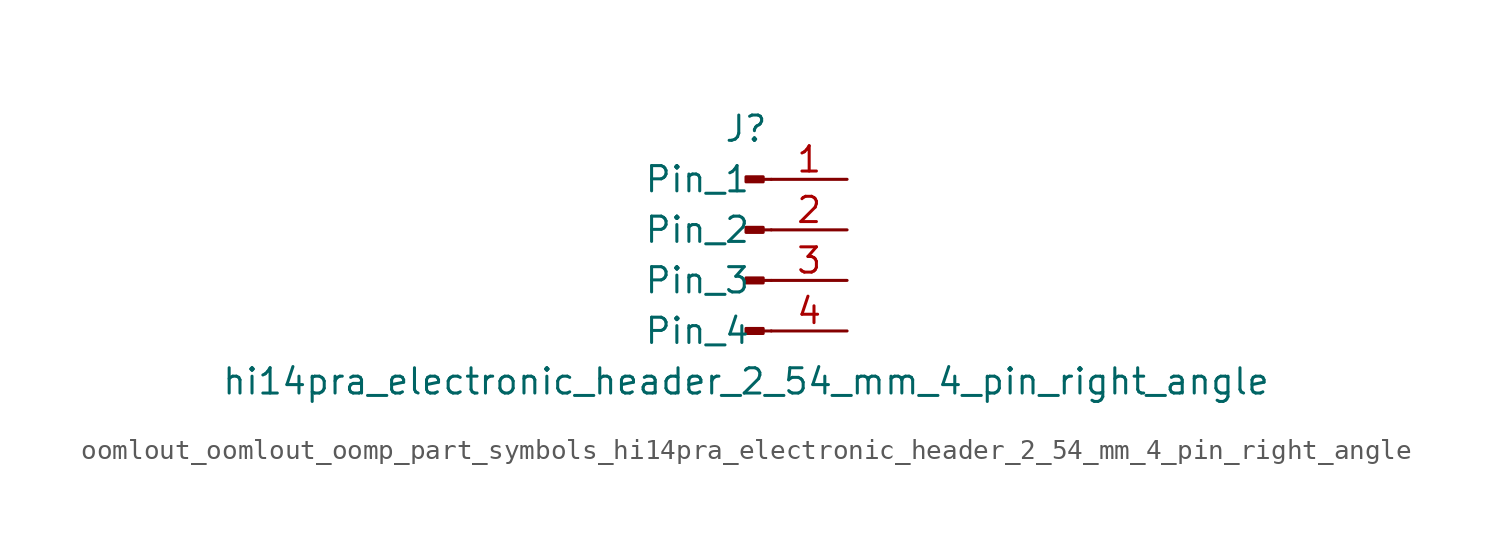
<source format=kicad_sym>
(kicad_symbol_lib
  (version 20220914)
  (generator kicad_symbol_editor)
  (symbol "oomlout_oomlout_oomp_part_symbols_hi14pra_electronic_header_2_54_mm_4_pin_right_angle"
    (pin_names
      (offset 1.016))
    (property "Reference" "J"
      (at 0 5.08 0)
      (effects (font (size 1.27 1.27))))
    (property "Value" "hi14pra_electronic_header_2_54_mm_4_pin_right_angle"
      (at 0 -7.62 0)
      (effects (font (size 1.27 1.27))))
    (property "ki_locked" ""
      (at 0 0 0)
      (effects (font (size 1.27 1.27))))
    (symbol "oomlout_oomlout_oomp_part_symbols_hi14pra_electronic_header_2_54_mm_4_pin_right_angle_1_1"
      (polyline (pts (xy 1.27 -5.08) (xy 0.864 -5.08)) (stroke (width 0.152) (type default)) (fill (type none)))
      (polyline (pts (xy 1.27 -2.54) (xy 0.864 -2.54)) (stroke (width 0.152) (type default)) (fill (type none)))
      (polyline (pts (xy 1.27 0) (xy 0.864 0)) (stroke (width 0.152) (type default)) (fill (type none)))
      (polyline (pts (xy 1.27 2.54) (xy 0.864 2.54)) (stroke (width 0.152) (type default)) (fill (type none)))
      (rectangle (start 0.864 -4.953) (end 0 -5.207) (stroke (width 0.152) (type default)) (fill (type outline)))
      (rectangle (start 0.864 -2.413) (end 0 -2.667) (stroke (width 0.152) (type default)) (fill (type outline)))
      (rectangle (start 0.864 0.127) (end 0 -0.127) (stroke (width 0.152) (type default)) (fill (type outline)))
      (rectangle (start 0.864 2.667) (end 0 2.413) (stroke (width 0.152) (type default)) (fill (type outline)))
      (pin passive line (at 5.08 2.54 180) (length 3.81) (name "Pin_1" (effects (font (size 1.27 1.27)))) (number "1" (effects (font (size 1.27 1.27)))))
      (pin passive line (at 5.08 0 180) (length 3.81) (name "Pin_2" (effects (font (size 1.27 1.27)))) (number "2" (effects (font (size 1.27 1.27)))))
      (pin passive line (at 5.08 -2.54 180) (length 3.81) (name "Pin_3" (effects (font (size 1.27 1.27)))) (number "3" (effects (font (size 1.27 1.27)))))
      (pin passive line (at 5.08 -5.08 180) (length 3.81) (name "Pin_4" (effects (font (size 1.27 1.27)))) (number "4" (effects (font (size 1.27 1.27))))))))
</source>
